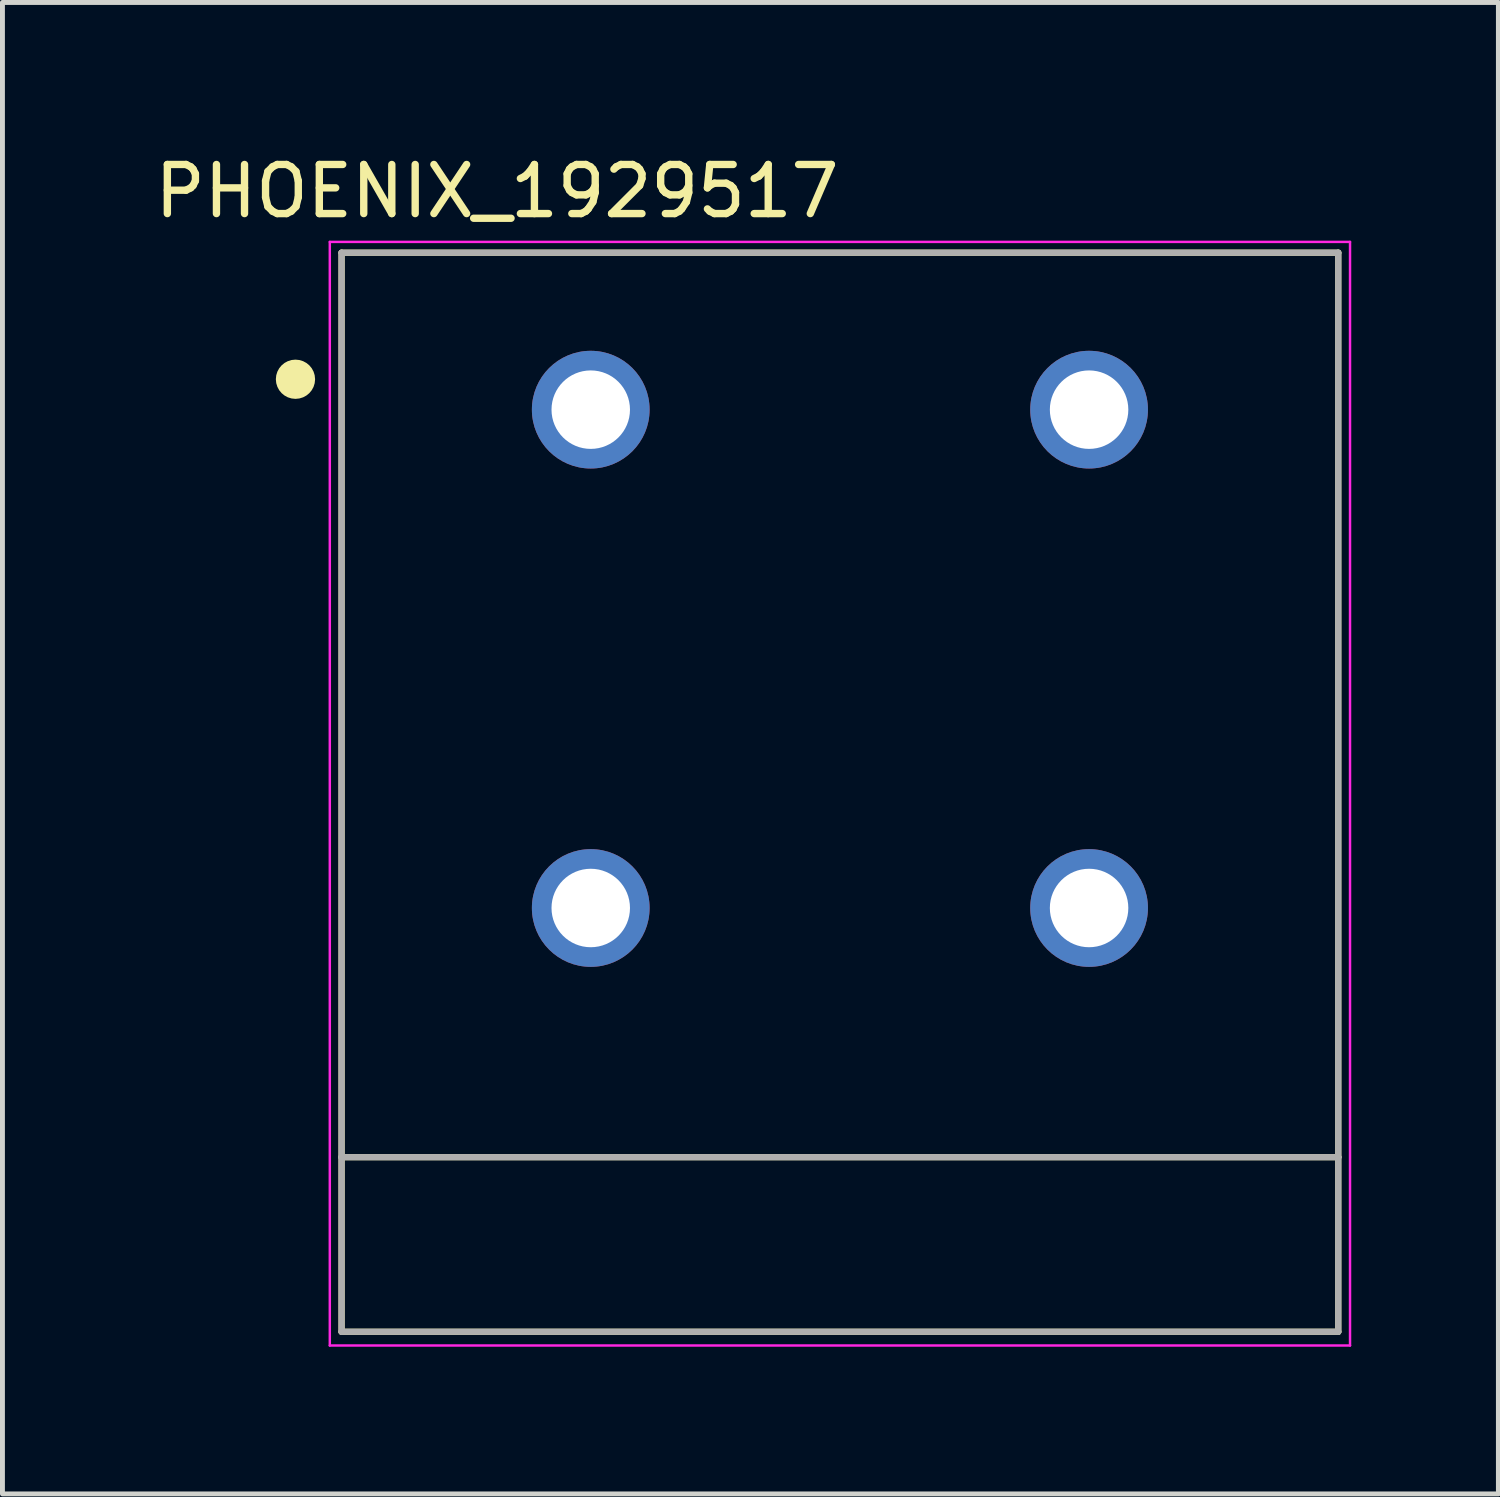
<source format=kicad_pcb>
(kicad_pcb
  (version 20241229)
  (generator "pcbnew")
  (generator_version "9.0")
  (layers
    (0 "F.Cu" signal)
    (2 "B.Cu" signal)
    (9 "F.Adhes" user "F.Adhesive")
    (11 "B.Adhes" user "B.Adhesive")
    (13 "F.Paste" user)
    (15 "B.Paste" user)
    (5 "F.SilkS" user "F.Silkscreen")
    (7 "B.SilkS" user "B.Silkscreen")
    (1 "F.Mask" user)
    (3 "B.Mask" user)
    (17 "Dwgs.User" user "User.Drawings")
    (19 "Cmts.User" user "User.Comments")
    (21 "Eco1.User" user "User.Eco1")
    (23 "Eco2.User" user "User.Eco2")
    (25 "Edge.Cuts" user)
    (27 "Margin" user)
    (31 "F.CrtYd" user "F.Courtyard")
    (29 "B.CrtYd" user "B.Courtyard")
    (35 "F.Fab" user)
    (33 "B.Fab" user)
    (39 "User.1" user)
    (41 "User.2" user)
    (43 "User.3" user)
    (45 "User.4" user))
  (footprint "PHOENIX_1929517"
    (layer "F.Cu")
    (at 14.074 10.382)
    (property "Reference" "PHOENIX_1929517" (at -6.991 -9.533 0) (layer "F.SilkS") (effects (font (size 1.001 1.001) (thickness 0.15))))
    (attr through_hole)
    (fp_line (start -10.16 -8.28) (end 10.16 -8.28) (stroke (width 0.127) (type solid)) (layer "F.SilkS"))
    (fp_line (start -10.16 10.16) (end -10.16 -8.28) (stroke (width 0.127) (type solid)) (layer "F.SilkS"))
    (fp_line (start -10.16 10.16) (end 10.16 10.16) (stroke (width 0.127) (type solid)) (layer "F.SilkS"))
    (fp_line (start -10.16 13.72) (end -10.16 10.16) (stroke (width 0.127) (type solid)) (layer "F.SilkS"))
    (fp_line (start 10.16 -8.28) (end 10.16 10.16) (stroke (width 0.127) (type solid)) (layer "F.SilkS"))
    (fp_line (start 10.16 10.16) (end 10.16 13.72) (stroke (width 0.127) (type solid)) (layer "F.SilkS"))
    (fp_line (start 10.16 13.72) (end -10.16 13.72) (stroke (width 0.127) (type solid)) (layer "F.SilkS"))
    (fp_circle (center -11.1 -5.7) (end -10.9 -5.7) (stroke (width 0.4) (type solid)) (fill no) (layer "F.SilkS"))
    (fp_line (start -10.4 -8.5) (end 10.4 -8.5) (stroke (width 0.05) (type solid)) (layer "F.CrtYd"))
    (fp_line (start -10.4 14) (end -10.4 -8.5) (stroke (width 0.05) (type solid)) (layer "F.CrtYd"))
    (fp_line (start 10.4 -8.5) (end 10.4 14) (stroke (width 0.05) (type solid)) (layer "F.CrtYd"))
    (fp_line (start 10.4 14) (end -10.4 14) (stroke (width 0.05) (type solid)) (layer "F.CrtYd"))
    (fp_line (start -10.16 -8.28) (end 10.16 -8.28) (stroke (width 0.127) (type solid)) (layer "F.Fab"))
    (fp_line (start -10.16 10.16) (end -10.16 -8.28) (stroke (width 0.127) (type solid)) (layer "F.Fab"))
    (fp_line (start -10.16 10.16) (end 10.16 10.16) (stroke (width 0.127) (type solid)) (layer "F.Fab"))
    (fp_line (start -10.16 13.72) (end -10.16 10.16) (stroke (width 0.127) (type solid)) (layer "F.Fab"))
    (fp_line (start 10.16 -8.28) (end 10.16 10.16) (stroke (width 0.127) (type solid)) (layer "F.Fab"))
    (fp_line (start 10.16 10.16) (end 10.16 13.72) (stroke (width 0.127) (type solid)) (layer "F.Fab"))
    (fp_line (start 10.16 13.72) (end -10.16 13.72) (stroke (width 0.127) (type solid)) (layer "F.Fab"))
    (pad "1.1" thru_hole circle (at -5.08 -5.08) (size 2.4 2.4) (drill 1.6) (layers "*.Cu" "*.Mask"))
    (pad "1.2" thru_hole circle (at -5.08 5.08) (size 2.4 2.4) (drill 1.6) (layers "*.Cu" "*.Mask"))
    (pad "2.1" thru_hole circle (at 5.08 -5.08) (size 2.4 2.4) (drill 1.6) (layers "*.Cu" "*.Mask"))
    (pad "2.2" thru_hole circle (at 5.08 5.08) (size 2.4 2.4) (drill 1.6) (layers "*.Cu" "*.Mask")))
  (gr_rect
    (start -3 -3)
    (end 27.499 27.407)
    (stroke (width 0.1) (type default))
    (fill no)
    (layer "Edge.Cuts")))
</source>
